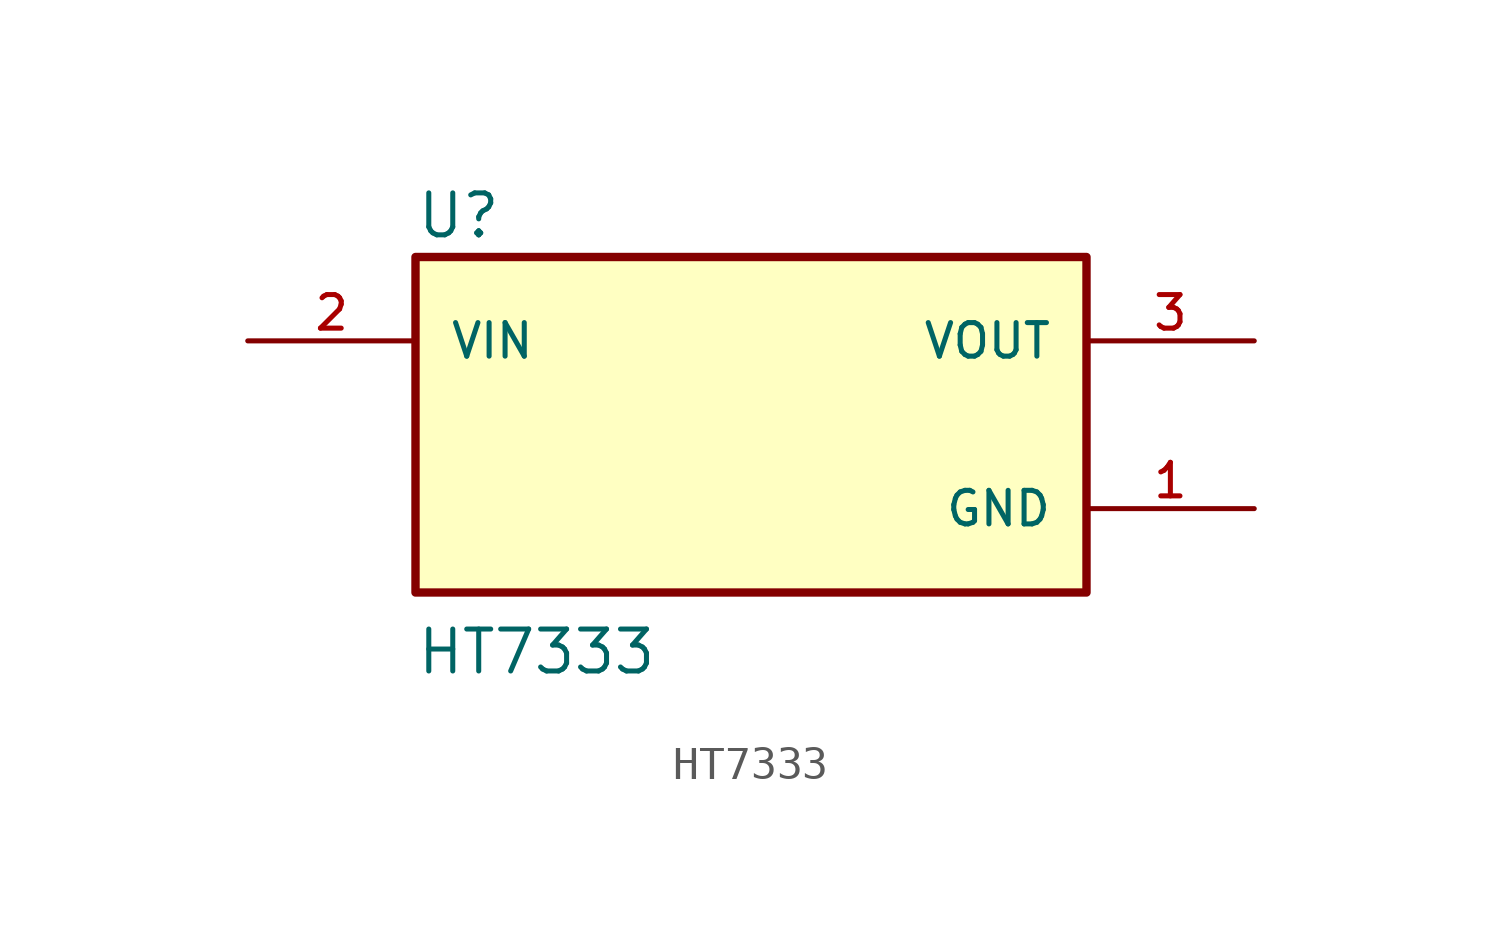
<source format=kicad_sym>
(kicad_symbol_lib
  (version 20241209)
  (generator "kicad_symbol_editor")
  (generator_version "9.0")
  (symbol "HT7333"
    (pin_names
      (offset 1.016))
    (property "Reference" "U"
      (at -10.16 5.588 0)
      (effects (font (size 1.27 1.27)) (justify left bottom)))
    (property "Value" "HT7333"
      (at -10.16 -7.62 0)
      (effects (font (size 1.27 1.27)) (justify left bottom)))
    (symbol "HT7333_0_0"
      (rectangle (start -10.16 -5.08) (end 10.16 5.08) (stroke (width 0.254) (type default)) (fill (type background)))
      (pin input line (at -15.24 2.54 0) (length 5.08) (name "VIN" (effects (font (size 1.016 1.016)))) (number "2" (effects (font (size 1.016 1.016)))))
      (pin power_in line (at 15.24 -2.54 180) (length 5.08) (name "GND" (effects (font (size 1.016 1.016)))) (number "1" (effects (font (size 1.016 1.016))))))
    (symbol "HT7333_1_0"
      (pin power_out line (at 15.24 2.54 180) (length 5.08) (name "VOUT" (effects (font (size 1.016 1.016)))) (number "3" (effects (font (size 1.016 1.016))))))))
</source>
